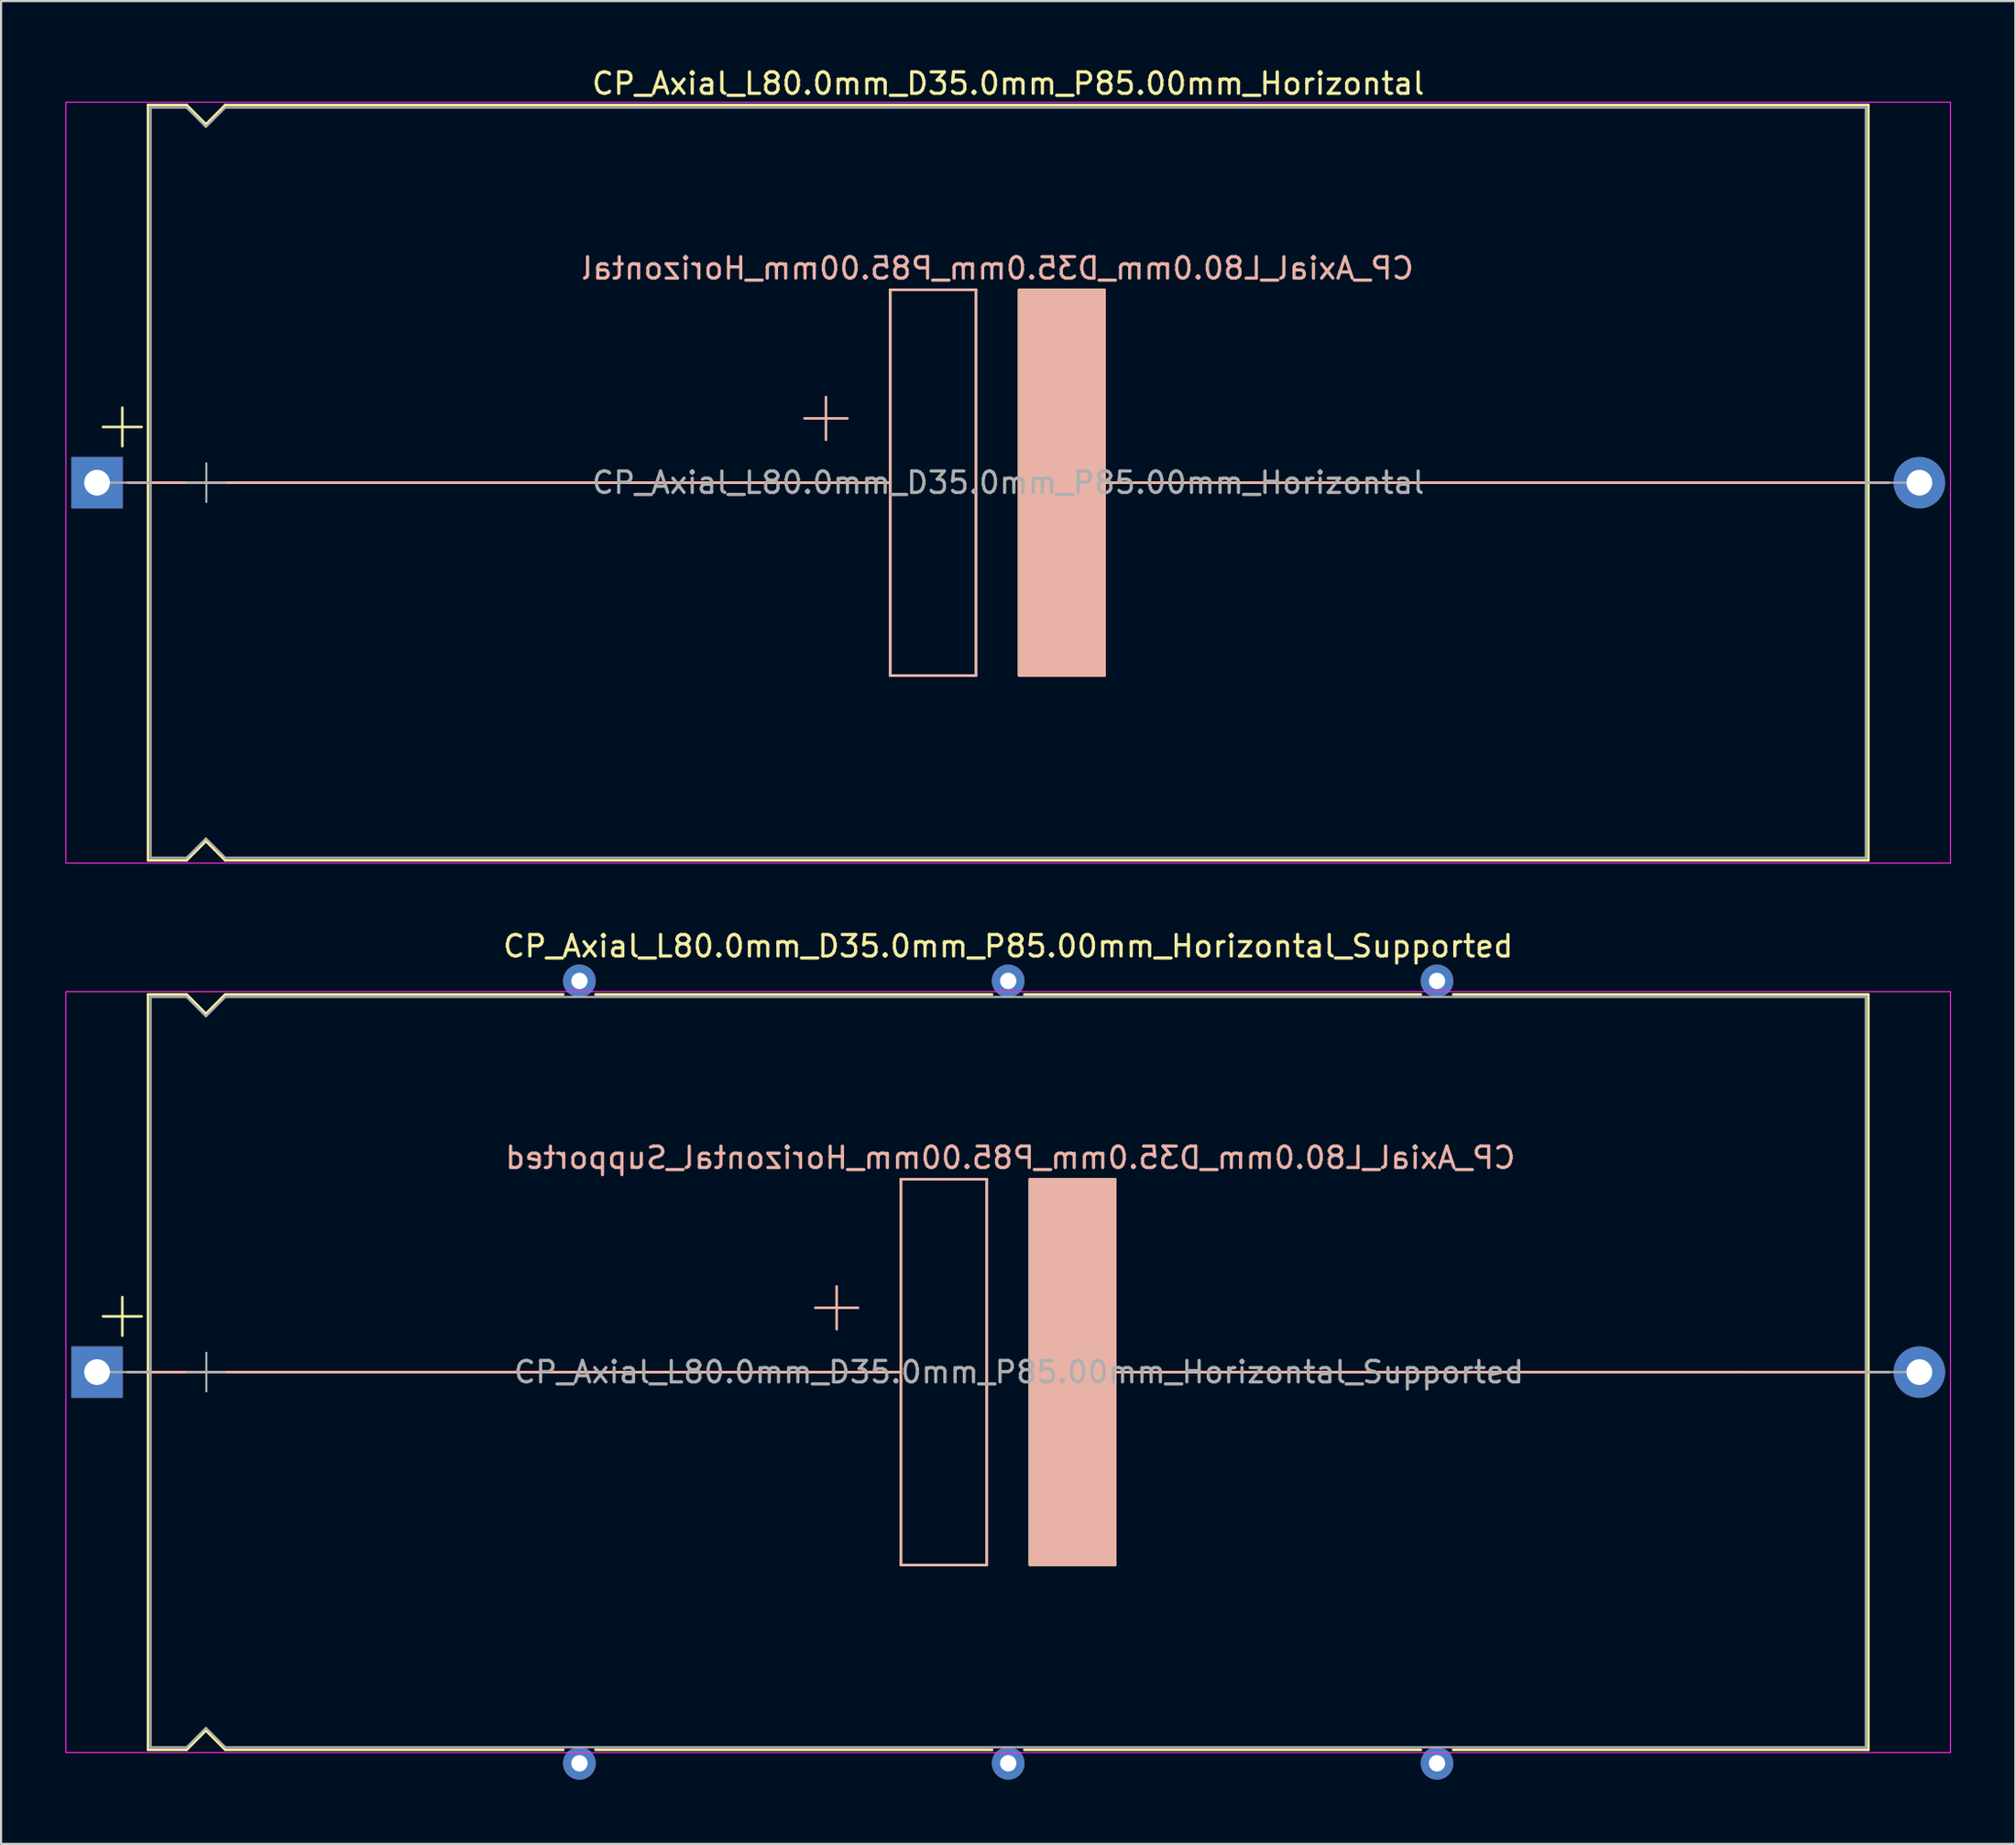
<source format=kicad_pcb>
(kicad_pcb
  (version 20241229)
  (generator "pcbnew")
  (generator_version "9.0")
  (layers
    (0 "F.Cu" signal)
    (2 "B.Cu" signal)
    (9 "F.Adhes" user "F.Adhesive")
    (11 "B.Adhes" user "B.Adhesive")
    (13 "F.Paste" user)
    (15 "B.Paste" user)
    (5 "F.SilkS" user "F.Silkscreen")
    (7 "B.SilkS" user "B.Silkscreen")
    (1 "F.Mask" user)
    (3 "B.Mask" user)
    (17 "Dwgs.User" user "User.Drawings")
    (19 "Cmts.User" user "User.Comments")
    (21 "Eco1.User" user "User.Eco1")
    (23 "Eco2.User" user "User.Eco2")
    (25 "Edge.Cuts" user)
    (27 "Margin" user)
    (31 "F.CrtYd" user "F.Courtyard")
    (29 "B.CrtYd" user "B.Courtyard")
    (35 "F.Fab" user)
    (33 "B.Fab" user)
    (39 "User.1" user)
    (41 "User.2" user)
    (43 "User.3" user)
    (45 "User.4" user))
  (footprint "CP_Axial_L80.0mm_D35.0mm_P85.00mm_Horizontal_Supported"
    (layer "F.Cu")
    (at 1.475 60.962)
    (property "Reference" "CP_Axial_L80.0mm_D35.0mm_P85.00mm_Horizontal_Supported" (at 42.5 -19.87 0) (layer "F.SilkS") (effects (font (size 1 1) (thickness 0.15))))
    (fp_line (start 0.28 -2.6) (end 2.08 -2.6) (stroke (width 0.12) (type solid)) (layer "F.SilkS"))
    (fp_line (start 1.18 -3.5) (end 1.18 -1.7) (stroke (width 0.12) (type solid)) (layer "F.SilkS"))
    (fp_line (start 1.44 0) (end 2.38 0) (stroke (width 0.12) (type solid)) (layer "F.SilkS"))
    (fp_line (start 2.38 -17.62) (end 2.38 17.62) (stroke (width 0.12) (type solid)) (layer "F.SilkS"))
    (fp_line (start 2.38 -17.62) (end 4.18 -17.62) (stroke (width 0.12) (type solid)) (layer "F.SilkS"))
    (fp_line (start 2.38 0) (end 37.5 0) (stroke (width 0.12) (type solid)) (layer "F.SilkS"))
    (fp_line (start 2.38 17.62) (end 4.18 17.62) (stroke (width 0.12) (type solid)) (layer "F.SilkS"))
    (fp_line (start 4.18 -17.62) (end 5.08 -16.72) (stroke (width 0.12) (type solid)) (layer "F.SilkS"))
    (fp_line (start 4.18 17.62) (end 5.08 16.72) (stroke (width 0.12) (type solid)) (layer "F.SilkS"))
    (fp_line (start 5.08 -16.72) (end 5.98 -17.62) (stroke (width 0.12) (type solid)) (layer "F.SilkS"))
    (fp_line (start 5.08 16.72) (end 5.98 17.62) (stroke (width 0.12) (type solid)) (layer "F.SilkS"))
    (fp_line (start 5.98 -17.62) (end 21.75 -17.62) (stroke (width 0.12) (type solid)) (layer "F.SilkS"))
    (fp_line (start 5.98 17.62) (end 21.75 17.62) (stroke (width 0.12) (type solid)) (layer "F.SilkS"))
    (fp_line (start 23.25 -17.62) (end 41.75 -17.62) (stroke (width 0.12) (type solid)) (layer "F.SilkS"))
    (fp_line (start 23.25 17.62) (end 41.75 17.62) (stroke (width 0.12) (type solid)) (layer "F.SilkS"))
    (fp_line (start 37.5 -9) (end 41.5 -9) (stroke (width 0.12) (type solid)) (layer "F.SilkS"))
    (fp_line (start 37.5 9) (end 37.5 -9) (stroke (width 0.12) (type solid)) (layer "F.SilkS"))
    (fp_line (start 41.5 -9) (end 41.5 9) (stroke (width 0.12) (type solid)) (layer "F.SilkS"))
    (fp_line (start 41.5 9) (end 37.5 9) (stroke (width 0.12) (type solid)) (layer "F.SilkS"))
    (fp_line (start 43.25 -17.62) (end 61.75 -17.62) (stroke (width 0.12) (type solid)) (layer "F.SilkS"))
    (fp_line (start 43.25 17.62) (end 61.75 17.62) (stroke (width 0.12) (type solid)) (layer "F.SilkS"))
    (fp_line (start 47 0) (end 82.62 0) (stroke (width 0.12) (type solid)) (layer "F.SilkS"))
    (fp_line (start 63.25 -17.62) (end 82.62 -17.62) (stroke (width 0.12) (type solid)) (layer "F.SilkS"))
    (fp_line (start 63.25 17.62) (end 82.62 17.62) (stroke (width 0.12) (type solid)) (layer "F.SilkS"))
    (fp_line (start 82.62 -17.62) (end 82.62 17.62) (stroke (width 0.12) (type solid)) (layer "F.SilkS"))
    (fp_line (start 83.56 0) (end 82.62 0) (stroke (width 0.12) (type solid)) (layer "F.SilkS"))
    (fp_poly (pts (xy 47.5 9) (xy 43.5 9) (xy 43.5 -9) (xy 47.5 -9)) (stroke (width 0.1) (type solid)) (fill yes) (layer "F.SilkS"))
    (fp_line (start 1.5 0) (end 9.38 0) (stroke (width 0.12) (type solid)) (layer "B.SilkS"))
    (fp_line (start 9.38 0) (end 37.5 0) (stroke (width 0.12) (type solid)) (layer "B.SilkS"))
    (fp_line (start 34.5 -2) (end 34.5 -4) (stroke (width 0.12) (type solid)) (layer "B.SilkS"))
    (fp_line (start 35.5 -3) (end 33.5 -3) (stroke (width 0.12) (type solid)) (layer "B.SilkS"))
    (fp_line (start 37.5 -9) (end 41.5 -9) (stroke (width 0.12) (type solid)) (layer "B.SilkS"))
    (fp_line (start 37.5 9) (end 37.5 -9) (stroke (width 0.12) (type solid)) (layer "B.SilkS"))
    (fp_line (start 41.5 -9) (end 41.5 9) (stroke (width 0.12) (type solid)) (layer "B.SilkS"))
    (fp_line (start 41.5 9) (end 37.5 9) (stroke (width 0.12) (type solid)) (layer "B.SilkS"))
    (fp_line (start 47.5 0) (end 76.62 0) (stroke (width 0.12) (type solid)) (layer "B.SilkS"))
    (fp_line (start 83.5 0) (end 76.62 0) (stroke (width 0.12) (type solid)) (layer "B.SilkS"))
    (fp_poly (pts (xy 47.5 9) (xy 43.5 9) (xy 43.5 -9) (xy 47.5 -9)) (stroke (width 0.1) (type solid)) (fill yes) (layer "B.SilkS"))
    (fp_line (start -1.45 -17.75) (end -1.45 17.75) (stroke (width 0.05) (type solid)) (layer "F.CrtYd"))
    (fp_line (start -1.45 17.75) (end 86.45 17.75) (stroke (width 0.05) (type solid)) (layer "F.CrtYd"))
    (fp_line (start 86.45 -17.75) (end -1.45 -17.75) (stroke (width 0.05) (type solid)) (layer "F.CrtYd"))
    (fp_line (start 86.45 17.75) (end 86.45 -17.75) (stroke (width 0.05) (type solid)) (layer "F.CrtYd"))
    (fp_line (start 0 0) (end 2.5 0) (stroke (width 0.1) (type solid)) (layer "F.Fab"))
    (fp_line (start 2.5 -17.5) (end 2.5 17.5) (stroke (width 0.1) (type solid)) (layer "F.Fab"))
    (fp_line (start 2.5 -17.5) (end 4.18 -17.5) (stroke (width 0.1) (type solid)) (layer "F.Fab"))
    (fp_line (start 2.5 17.5) (end 4.18 17.5) (stroke (width 0.1) (type solid)) (layer "F.Fab"))
    (fp_line (start 4.18 -17.5) (end 5.08 -16.6) (stroke (width 0.1) (type solid)) (layer "F.Fab"))
    (fp_line (start 4.18 17.5) (end 5.08 16.6) (stroke (width 0.1) (type solid)) (layer "F.Fab"))
    (fp_line (start 4.2 0) (end 6 0) (stroke (width 0.1) (type solid)) (layer "F.Fab"))
    (fp_line (start 5.08 -16.6) (end 5.98 -17.5) (stroke (width 0.1) (type solid)) (layer "F.Fab"))
    (fp_line (start 5.08 16.6) (end 5.98 17.5) (stroke (width 0.1) (type solid)) (layer "F.Fab"))
    (fp_line (start 5.1 -0.9) (end 5.1 0.9) (stroke (width 0.1) (type solid)) (layer "F.Fab"))
    (fp_line (start 5.98 -17.5) (end 82.5 -17.5) (stroke (width 0.1) (type solid)) (layer "F.Fab"))
    (fp_line (start 5.98 17.5) (end 82.5 17.5) (stroke (width 0.1) (type solid)) (layer "F.Fab"))
    (fp_line (start 82.5 -17.5) (end 82.5 17.5) (stroke (width 0.1) (type solid)) (layer "F.Fab"))
    (fp_line (start 85 0) (end 82.5 0) (stroke (width 0.1) (type solid)) (layer "F.Fab"))
    (fp_text user "${REFERENCE}" (at 42.6 -10 0) (layer "B.SilkS") (effects (font (size 1 1) (thickness 0.15)) (justify mirror)))
    (fp_text user "${REFERENCE}" (at 43 0 0) (layer "F.Fab") (effects (font (size 1 1) (thickness 0.15))))
    (pad "" thru_hole circle (at 22.5 -18.25) (size 1.524 1.524) (drill 0.762) (layers "*.Cu" "*.Mask"))
    (pad "" thru_hole circle (at 22.5 18.25) (size 1.524 1.524) (drill 0.762) (layers "*.Cu" "*.Mask"))
    (pad "" thru_hole circle (at 42.5 -18.25) (size 1.524 1.524) (drill 0.762) (layers "*.Cu" "*.Mask"))
    (pad "" thru_hole circle (at 42.5 18.25) (size 1.524 1.524) (drill 0.762) (layers "*.Cu" "*.Mask"))
    (pad "" thru_hole circle (at 62.5 -18.25) (size 1.524 1.524) (drill 0.762) (layers "*.Cu" "*.Mask"))
    (pad "" thru_hole circle (at 62.5 18.25) (size 1.524 1.524) (drill 0.762) (layers "*.Cu" "*.Mask"))
    (pad "1" thru_hole rect (at 0 0) (size 2.4 2.4) (drill 1.2) (layers "*.Cu" "*.Mask"))
    (pad "2" thru_hole oval (at 85 0) (size 2.4 2.4) (drill 1.2) (layers "*.Cu" "*.Mask")))
  (footprint "CP_Axial_L80.0mm_D35.0mm_P85.00mm_Horizontal"
    (layer "F.Cu")
    (at 1.475 19.468)
    (property "Reference" "CP_Axial_L80.0mm_D35.0mm_P85.00mm_Horizontal" (at 42.5 -18.62 0) (layer "F.SilkS") (effects (font (size 1 1) (thickness 0.15))))
    (fp_line (start 0.28 -2.6) (end 2.08 -2.6) (stroke (width 0.12) (type solid)) (layer "F.SilkS"))
    (fp_line (start 1.18 -3.5) (end 1.18 -1.7) (stroke (width 0.12) (type solid)) (layer "F.SilkS"))
    (fp_line (start 1.44 0) (end 2.38 0) (stroke (width 0.12) (type solid)) (layer "F.SilkS"))
    (fp_line (start 2.38 -17.62) (end 2.38 17.62) (stroke (width 0.12) (type solid)) (layer "F.SilkS"))
    (fp_line (start 2.38 -17.62) (end 4.18 -17.62) (stroke (width 0.12) (type solid)) (layer "F.SilkS"))
    (fp_line (start 2.38 0) (end 37 0) (stroke (width 0.12) (type solid)) (layer "F.SilkS"))
    (fp_line (start 2.38 17.62) (end 4.18 17.62) (stroke (width 0.12) (type solid)) (layer "F.SilkS"))
    (fp_line (start 4.18 -17.62) (end 5.08 -16.72) (stroke (width 0.12) (type solid)) (layer "F.SilkS"))
    (fp_line (start 4.18 17.62) (end 5.08 16.72) (stroke (width 0.12) (type solid)) (layer "F.SilkS"))
    (fp_line (start 5.08 -16.72) (end 5.98 -17.62) (stroke (width 0.12) (type solid)) (layer "F.SilkS"))
    (fp_line (start 5.08 16.72) (end 5.98 17.62) (stroke (width 0.12) (type solid)) (layer "F.SilkS"))
    (fp_line (start 5.98 -17.62) (end 82.62 -17.62) (stroke (width 0.12) (type solid)) (layer "F.SilkS"))
    (fp_line (start 5.98 17.62) (end 82.62 17.62) (stroke (width 0.12) (type solid)) (layer "F.SilkS"))
    (fp_line (start 37 -9) (end 41 -9) (stroke (width 0.12) (type solid)) (layer "F.SilkS"))
    (fp_line (start 37 9) (end 37 -9) (stroke (width 0.12) (type solid)) (layer "F.SilkS"))
    (fp_line (start 41 -9) (end 41 9) (stroke (width 0.12) (type solid)) (layer "F.SilkS"))
    (fp_line (start 41 9) (end 37 9) (stroke (width 0.12) (type solid)) (layer "F.SilkS"))
    (fp_line (start 47 0) (end 82.62 0) (stroke (width 0.12) (type solid)) (layer "F.SilkS"))
    (fp_line (start 82.62 -17.62) (end 82.62 17.62) (stroke (width 0.12) (type solid)) (layer "F.SilkS"))
    (fp_line (start 83.56 0) (end 82.62 0) (stroke (width 0.12) (type solid)) (layer "F.SilkS"))
    (fp_poly (pts (xy 47 9) (xy 43 9) (xy 43 -9) (xy 47 -9)) (stroke (width 0.1) (type solid)) (fill yes) (layer "F.SilkS"))
    (fp_line (start 1.5 0) (end 8.88 0) (stroke (width 0.12) (type solid)) (layer "B.SilkS"))
    (fp_line (start 8.88 0) (end 37 0) (stroke (width 0.12) (type solid)) (layer "B.SilkS"))
    (fp_line (start 34 -2) (end 34 -4) (stroke (width 0.12) (type solid)) (layer "B.SilkS"))
    (fp_line (start 35 -3) (end 33 -3) (stroke (width 0.12) (type solid)) (layer "B.SilkS"))
    (fp_line (start 37 -9) (end 41 -9) (stroke (width 0.12) (type solid)) (layer "B.SilkS"))
    (fp_line (start 37 9) (end 37 -9) (stroke (width 0.12) (type solid)) (layer "B.SilkS"))
    (fp_line (start 41 -9) (end 41 9) (stroke (width 0.12) (type solid)) (layer "B.SilkS"))
    (fp_line (start 41 9) (end 37 9) (stroke (width 0.12) (type solid)) (layer "B.SilkS"))
    (fp_line (start 47 0) (end 76.12 0) (stroke (width 0.12) (type solid)) (layer "B.SilkS"))
    (fp_line (start 83.5 0) (end 76.12 0) (stroke (width 0.12) (type solid)) (layer "B.SilkS"))
    (fp_poly (pts (xy 47 9) (xy 43 9) (xy 43 -9) (xy 47 -9)) (stroke (width 0.1) (type solid)) (fill yes) (layer "B.SilkS"))
    (fp_line (start -1.45 -17.75) (end -1.45 17.75) (stroke (width 0.05) (type solid)) (layer "F.CrtYd"))
    (fp_line (start -1.45 17.75) (end 86.45 17.75) (stroke (width 0.05) (type solid)) (layer "F.CrtYd"))
    (fp_line (start 86.45 -17.75) (end -1.45 -17.75) (stroke (width 0.05) (type solid)) (layer "F.CrtYd"))
    (fp_line (start 86.45 17.75) (end 86.45 -17.75) (stroke (width 0.05) (type solid)) (layer "F.CrtYd"))
    (fp_line (start 0 0) (end 2.5 0) (stroke (width 0.1) (type solid)) (layer "F.Fab"))
    (fp_line (start 2.5 -17.5) (end 2.5 17.5) (stroke (width 0.1) (type solid)) (layer "F.Fab"))
    (fp_line (start 2.5 -17.5) (end 4.18 -17.5) (stroke (width 0.1) (type solid)) (layer "F.Fab"))
    (fp_line (start 2.5 17.5) (end 4.18 17.5) (stroke (width 0.1) (type solid)) (layer "F.Fab"))
    (fp_line (start 4.18 -17.5) (end 5.08 -16.6) (stroke (width 0.1) (type solid)) (layer "F.Fab"))
    (fp_line (start 4.18 17.5) (end 5.08 16.6) (stroke (width 0.1) (type solid)) (layer "F.Fab"))
    (fp_line (start 4.2 0) (end 6 0) (stroke (width 0.1) (type solid)) (layer "F.Fab"))
    (fp_line (start 5.08 -16.6) (end 5.98 -17.5) (stroke (width 0.1) (type solid)) (layer "F.Fab"))
    (fp_line (start 5.08 16.6) (end 5.98 17.5) (stroke (width 0.1) (type solid)) (layer "F.Fab"))
    (fp_line (start 5.1 -0.9) (end 5.1 0.9) (stroke (width 0.1) (type solid)) (layer "F.Fab"))
    (fp_line (start 5.98 -17.5) (end 82.5 -17.5) (stroke (width 0.1) (type solid)) (layer "F.Fab"))
    (fp_line (start 5.98 17.5) (end 82.5 17.5) (stroke (width 0.1) (type solid)) (layer "F.Fab"))
    (fp_line (start 82.5 -17.5) (end 82.5 17.5) (stroke (width 0.1) (type solid)) (layer "F.Fab"))
    (fp_line (start 85 0) (end 82.5 0) (stroke (width 0.1) (type solid)) (layer "F.Fab"))
    (fp_text user "${REFERENCE}" (at 42 -10 0) (layer "B.SilkS") (effects (font (size 1 1) (thickness 0.15)) (justify mirror)))
    (fp_text user "${REFERENCE}" (at 42.5 0 0) (layer "F.Fab") (effects (font (size 1 1) (thickness 0.15))))
    (pad "1" thru_hole rect (at 0 0) (size 2.4 2.4) (drill 1.2) (layers "*.Cu" "*.Mask"))
    (pad "2" thru_hole oval (at 85 0) (size 2.4 2.4) (drill 1.2) (layers "*.Cu" "*.Mask")))
  (gr_rect
    (start -3 -3)
    (end 90.95 82.974)
    (stroke (width 0.1) (type default))
    (fill no)
    (layer "Edge.Cuts")))
</source>
